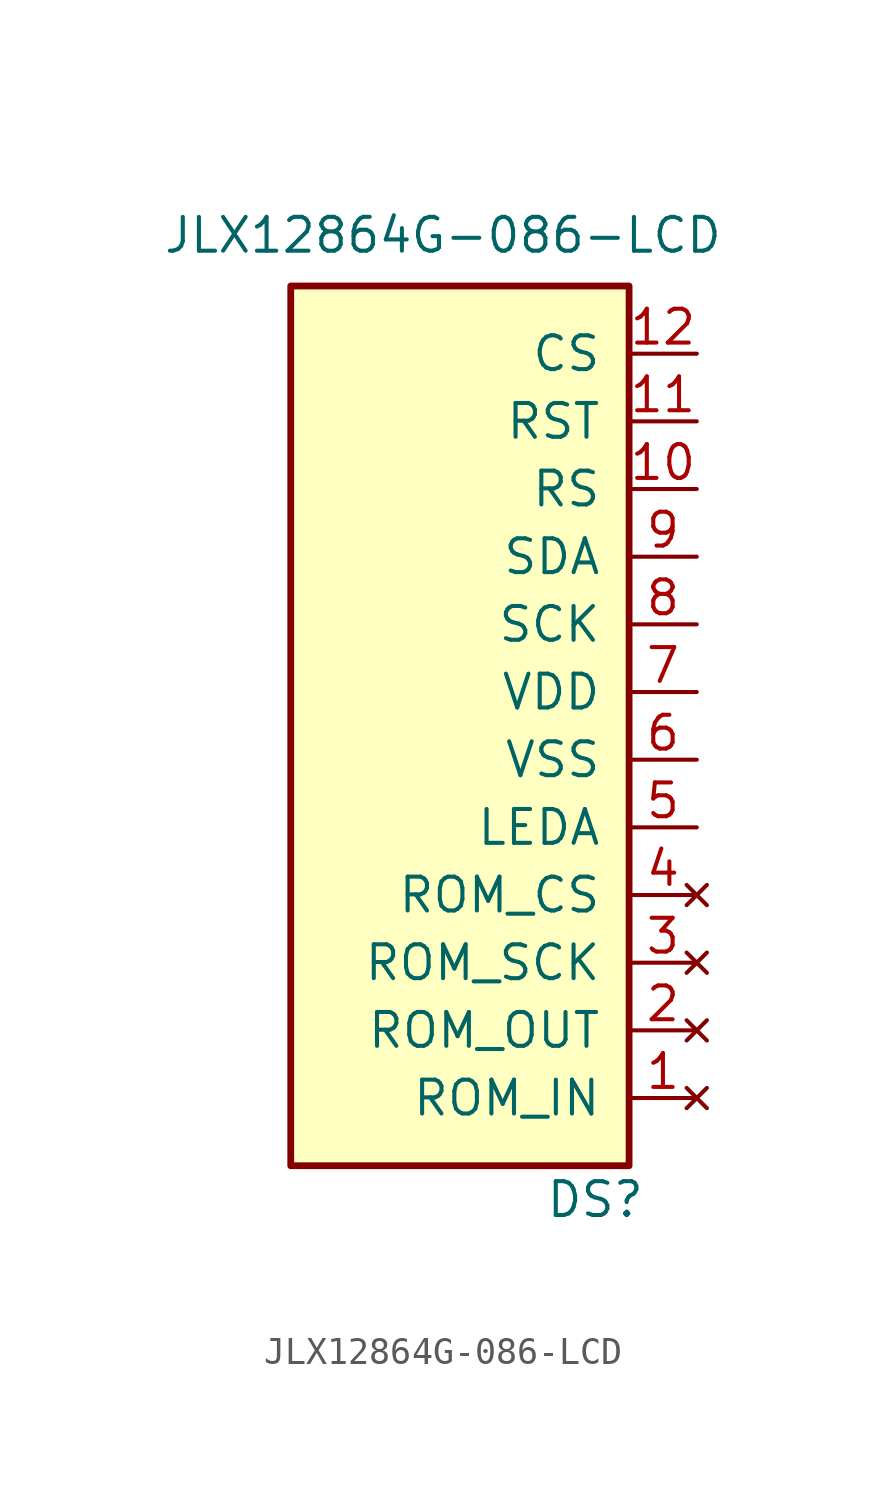
<source format=kicad_sym>
(kicad_symbol_lib
  (version 20220914)
  (generator kicad_symbol_editor)
  (symbol "JLX12864G-086-LCD"
    (pin_names
      (offset 1.016))
    (property "Reference" "DS"
      (at 5.08 -17.78 0)
      (effects (font (size 1.27 1.27))))
    (property "Value" "JLX12864G-086-LCD"
      (at -0.635 18.415 0)
      (effects (font (size 1.27 1.27))))
    (symbol "JLX12864G-086-LCD_0_1"
      (rectangle (start -6.35 16.51) (end 6.35 -16.51) (stroke (width 0.254) (type default)) (fill (type background))))
    (symbol "JLX12864G-086-LCD_1_1"
      (pin no_connect line (at 8.89 -13.97 180) (length 2.54) (name "ROM_IN" (effects (font (size 1.27 1.27)))) (number "1" (effects (font (size 1.27 1.27)))))
      (pin input line (at 8.89 8.89 180) (length 2.54) (name "RS" (effects (font (size 1.27 1.27)))) (number "10" (effects (font (size 1.27 1.27)))))
      (pin input line (at 8.89 11.43 180) (length 2.54) (name "RST" (effects (font (size 1.27 1.27)))) (number "11" (effects (font (size 1.27 1.27)))))
      (pin input line (at 8.89 13.97 180) (length 2.54) (name "CS" (effects (font (size 1.27 1.27)))) (number "12" (effects (font (size 1.27 1.27)))))
      (pin no_connect line (at 8.89 -11.43 180) (length 2.54) (name "ROM_OUT" (effects (font (size 1.27 1.27)))) (number "2" (effects (font (size 1.27 1.27)))))
      (pin no_connect line (at 8.89 -8.89 180) (length 2.54) (name "ROM_SCK" (effects (font (size 1.27 1.27)))) (number "3" (effects (font (size 1.27 1.27)))))
      (pin no_connect line (at 8.89 -6.35 180) (length 2.54) (name "ROM_CS" (effects (font (size 1.27 1.27)))) (number "4" (effects (font (size 1.27 1.27)))))
      (pin input line (at 8.89 -3.81 180) (length 2.54) (name "LEDA" (effects (font (size 1.27 1.27)))) (number "5" (effects (font (size 1.27 1.27)))))
      (pin power_in line (at 8.89 -1.27 180) (length 2.54) (name "VSS" (effects (font (size 1.27 1.27)))) (number "6" (effects (font (size 1.27 1.27)))))
      (pin power_in line (at 8.89 1.27 180) (length 2.54) (name "VDD" (effects (font (size 1.27 1.27)))) (number "7" (effects (font (size 1.27 1.27)))))
      (pin input line (at 8.89 3.81 180) (length 2.54) (name "SCK" (effects (font (size 1.27 1.27)))) (number "8" (effects (font (size 1.27 1.27)))))
      (pin input line (at 8.89 6.35 180) (length 2.54) (name "SDA" (effects (font (size 1.27 1.27)))) (number "9" (effects (font (size 1.27 1.27))))))))
</source>
